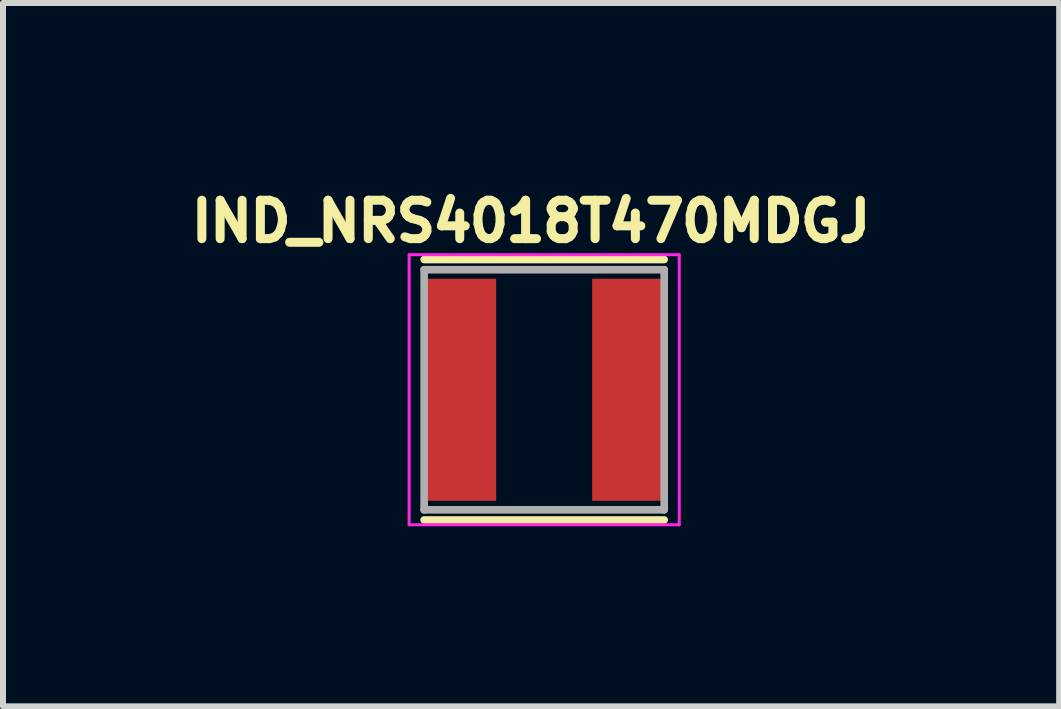
<source format=kicad_pcb>
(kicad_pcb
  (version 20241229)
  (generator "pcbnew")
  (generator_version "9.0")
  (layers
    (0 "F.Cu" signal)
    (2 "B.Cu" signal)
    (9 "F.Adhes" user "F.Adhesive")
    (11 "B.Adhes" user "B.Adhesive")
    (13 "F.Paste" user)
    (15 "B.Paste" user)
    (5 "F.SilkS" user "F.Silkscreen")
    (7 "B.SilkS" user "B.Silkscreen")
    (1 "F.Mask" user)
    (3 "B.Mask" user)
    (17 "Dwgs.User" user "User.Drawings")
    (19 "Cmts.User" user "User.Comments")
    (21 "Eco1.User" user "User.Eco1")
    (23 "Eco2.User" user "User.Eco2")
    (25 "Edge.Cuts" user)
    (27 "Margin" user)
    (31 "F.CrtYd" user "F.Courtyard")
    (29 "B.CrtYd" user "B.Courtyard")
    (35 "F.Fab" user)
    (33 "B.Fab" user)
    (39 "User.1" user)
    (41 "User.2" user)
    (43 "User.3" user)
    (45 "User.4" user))
  (footprint "IND_NRS4018T470MDGJ"
    (layer "F.Cu")
    (at 6.017 3.444)
    (property "Reference" "IND_NRS4018T470MDGJ" (at -0.218 -2.806 0) (layer "F.SilkS") (effects (font (size 0.64 0.64) (thickness 0.15))))
    (attr smd)
    (fp_line (start -2 -2.17) (end 2 -2.17) (stroke (width 0.127) (type solid)) (layer "F.SilkS"))
    (fp_line (start -2 2.17) (end 2 2.17) (stroke (width 0.127) (type solid)) (layer "F.SilkS"))
    (fp_line (start -2.25 -2.25) (end 2.25 -2.25) (stroke (width 0.05) (type solid)) (layer "F.CrtYd"))
    (fp_line (start -2.25 2.25) (end -2.25 -2.25) (stroke (width 0.05) (type solid)) (layer "F.CrtYd"))
    (fp_line (start 2.25 -2.25) (end 2.25 2.25) (stroke (width 0.05) (type solid)) (layer "F.CrtYd"))
    (fp_line (start 2.25 2.25) (end -2.25 2.25) (stroke (width 0.05) (type solid)) (layer "F.CrtYd"))
    (fp_line (start -2 -2) (end 2 -2) (stroke (width 0.127) (type solid)) (layer "F.Fab"))
    (fp_line (start -2 2) (end -2 -2) (stroke (width 0.127) (type solid)) (layer "F.Fab"))
    (fp_line (start 2 -2) (end 2 2) (stroke (width 0.127) (type solid)) (layer "F.Fab"))
    (fp_line (start 2 2) (end -2 2) (stroke (width 0.127) (type solid)) (layer "F.Fab"))
    (pad "1" smd rect (at -1.4 0) (size 1.2 3.7) (layers "F.Cu" "F.Mask" "F.Paste"))
    (pad "2" smd rect (at 1.4 0) (size 1.2 3.7) (layers "F.Cu" "F.Mask" "F.Paste")))
  (gr_rect
    (start -3 -3)
    (end 14.598 8.719)
    (stroke (width 0.1) (type default))
    (fill no)
    (layer "Edge.Cuts")))
</source>
